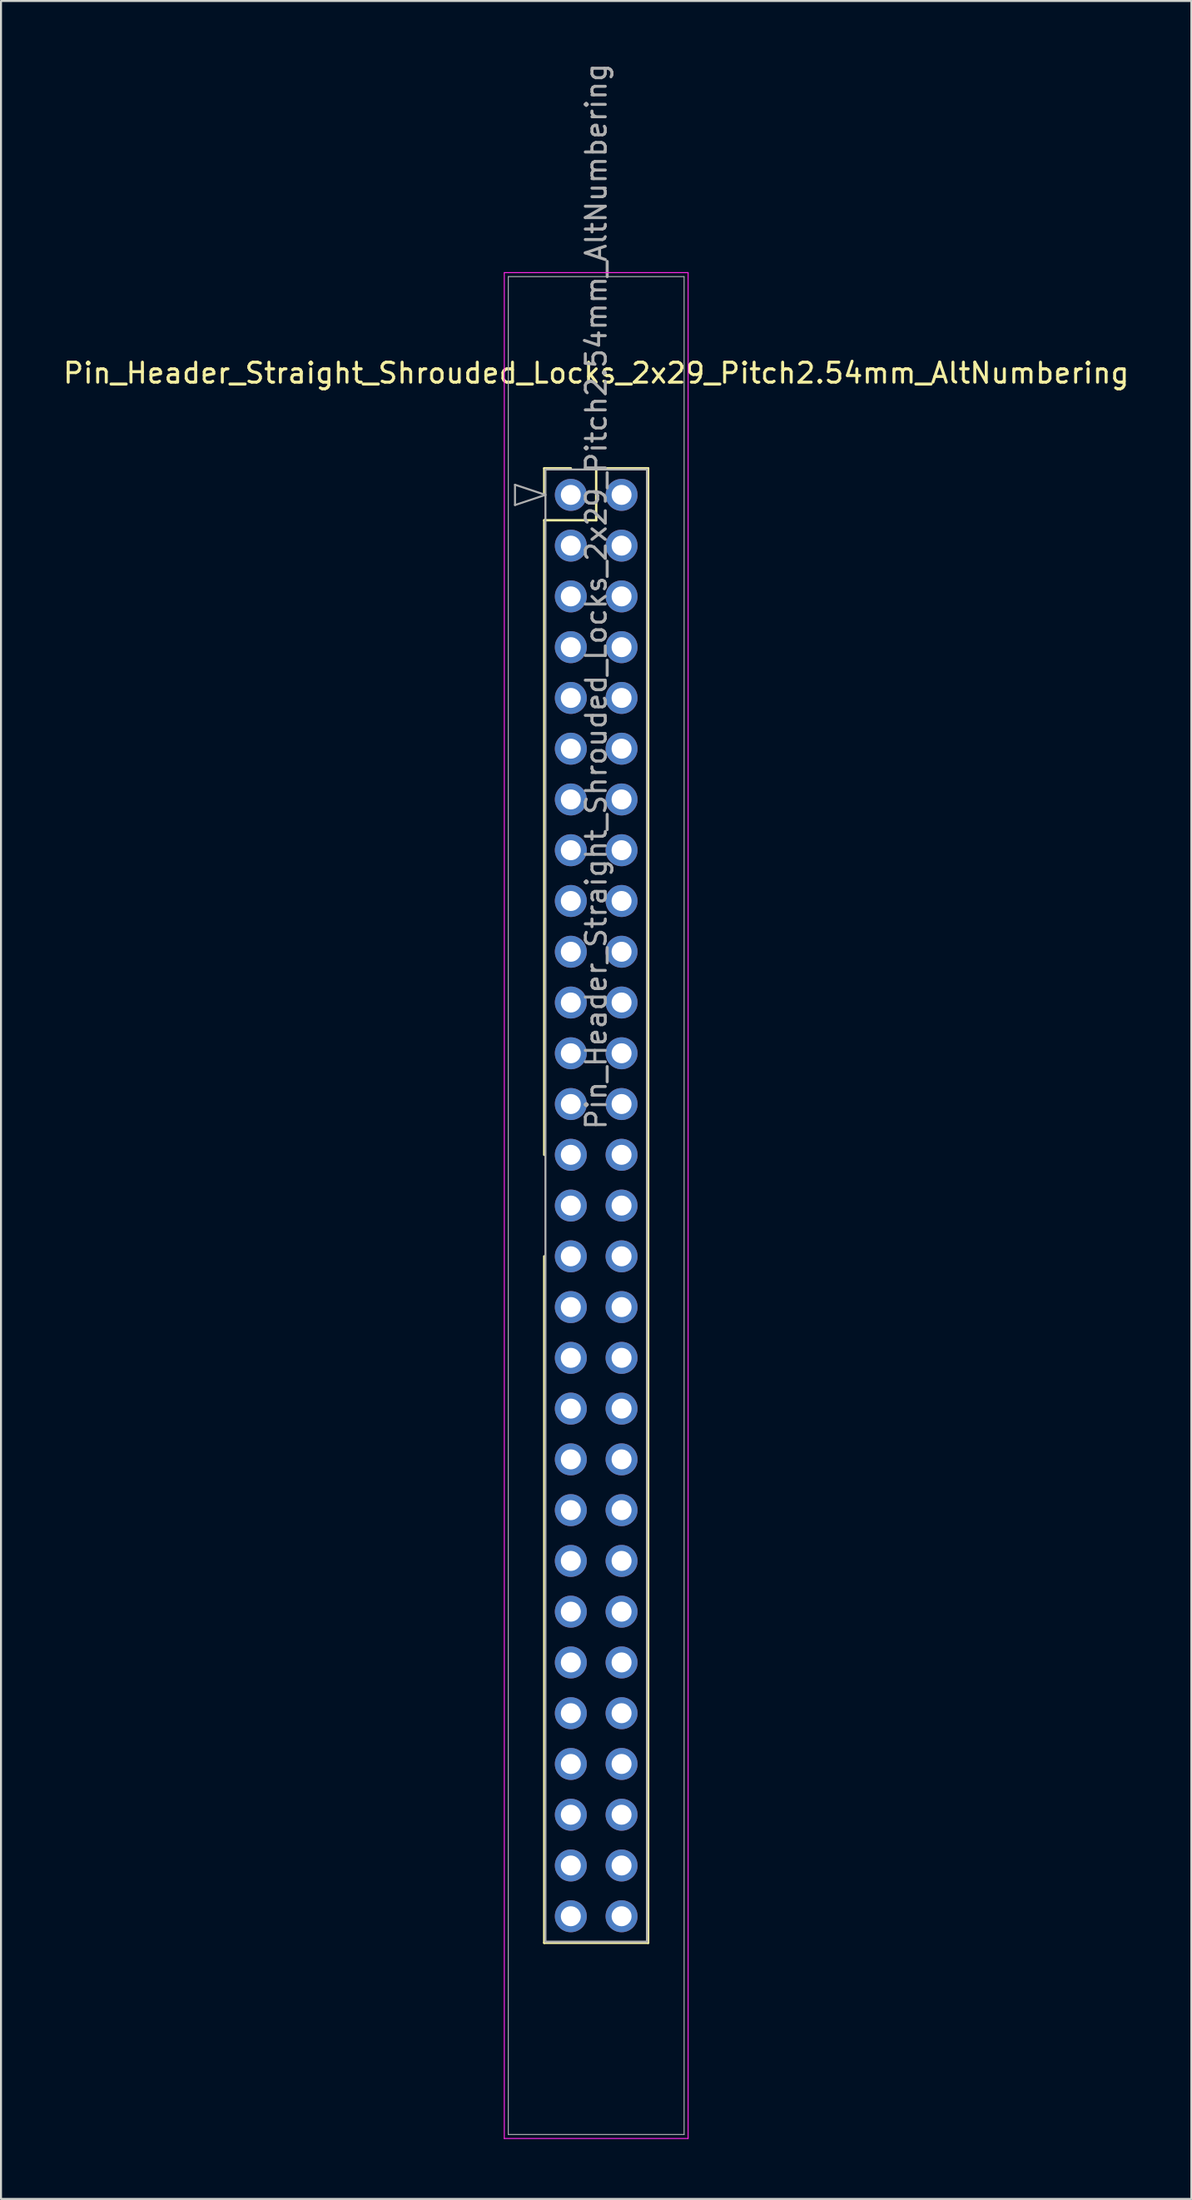
<source format=kicad_pcb>
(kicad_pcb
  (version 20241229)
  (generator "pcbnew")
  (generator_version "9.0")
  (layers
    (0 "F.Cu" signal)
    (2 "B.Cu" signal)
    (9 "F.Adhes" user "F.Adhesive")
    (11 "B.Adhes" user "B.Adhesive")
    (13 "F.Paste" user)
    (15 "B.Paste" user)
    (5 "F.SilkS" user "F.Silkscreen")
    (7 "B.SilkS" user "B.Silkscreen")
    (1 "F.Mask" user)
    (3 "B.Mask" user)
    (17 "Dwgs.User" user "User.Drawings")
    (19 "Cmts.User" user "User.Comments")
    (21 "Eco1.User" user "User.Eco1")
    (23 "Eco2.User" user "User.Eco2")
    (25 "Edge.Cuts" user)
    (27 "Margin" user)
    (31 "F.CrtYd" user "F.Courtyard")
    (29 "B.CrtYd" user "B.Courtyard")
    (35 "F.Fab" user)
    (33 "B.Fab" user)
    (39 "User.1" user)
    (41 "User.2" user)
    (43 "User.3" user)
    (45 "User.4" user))
  (footprint "Pin_Header_Straight_Shrouded_Locks_2x29_Pitch2.54mm_AltNumbering"
    (layer "F.Cu")
    (at 25.522 21.712)
    (property "Reference" "Pin_Header_Straight_Shrouded_Locks_2x29_Pitch2.54mm_AltNumbering" (at 1.27 -6.096 0) (layer "F.SilkS") (effects (font (size 1 1) (thickness 0.15))))
    (attr through_hole)
    (fp_line (start -1.33 -1.33) (end 0 -1.33) (stroke (width 0.12) (type solid)) (layer "F.SilkS"))
    (fp_line (start -1.33 0) (end -1.33 -1.33) (stroke (width 0.12) (type solid)) (layer "F.SilkS"))
    (fp_line (start -1.33 1.27) (end -1.33 33.02) (stroke (width 0.12) (type solid)) (layer "F.SilkS"))
    (fp_line (start -1.33 1.27) (end 1.27 1.27) (stroke (width 0.12) (type solid)) (layer "F.SilkS"))
    (fp_line (start -1.33 38.1) (end -1.33 72.45) (stroke (width 0.12) (type solid)) (layer "F.SilkS"))
    (fp_line (start -1.33 72.45) (end 3.87 72.45) (stroke (width 0.12) (type solid)) (layer "F.SilkS"))
    (fp_line (start 1.27 -1.33) (end 3.87 -1.33) (stroke (width 0.12) (type solid)) (layer "F.SilkS"))
    (fp_line (start 1.27 1.27) (end 1.27 -1.33) (stroke (width 0.12) (type solid)) (layer "F.SilkS"))
    (fp_line (start 3.87 -1.33) (end 3.87 72.45) (stroke (width 0.12) (type solid)) (layer "F.SilkS"))
    (fp_line (start -3.33 -11.12) (end -3.33 82.24) (stroke (width 0.05) (type solid)) (layer "F.CrtYd"))
    (fp_line (start -3.33 82.24) (end 5.87 82.24) (stroke (width 0.05) (type solid)) (layer "F.CrtYd"))
    (fp_line (start 5.87 -11.12) (end -3.33 -11.12) (stroke (width 0.05) (type solid)) (layer "F.CrtYd"))
    (fp_line (start 5.87 82.24) (end 5.87 -11.12) (stroke (width 0.05) (type solid)) (layer "F.CrtYd"))
    (fp_line (start -3.13 -10.92) (end -3.13 82.04) (stroke (width 0.05) (type solid)) (layer "F.Fab"))
    (fp_line (start -3.13 82.04) (end 5.67 82.04) (stroke (width 0.05) (type solid)) (layer "F.Fab"))
    (fp_line (start -2.794 -0.508) (end -1.27 0) (stroke (width 0.1) (type solid)) (layer "F.Fab"))
    (fp_line (start -2.794 0.508) (end -2.794 -0.508) (stroke (width 0.1) (type solid)) (layer "F.Fab"))
    (fp_line (start -1.27 -1.27) (end -1.27 72.39) (stroke (width 0.1) (type solid)) (layer "F.Fab"))
    (fp_line (start -1.27 0) (end -2.794 0.508) (stroke (width 0.1) (type solid)) (layer "F.Fab"))
    (fp_line (start -1.27 72.39) (end 3.81 72.39) (stroke (width 0.1) (type solid)) (layer "F.Fab"))
    (fp_line (start 3.81 -1.27) (end -1.27 -1.27) (stroke (width 0.1) (type solid)) (layer "F.Fab"))
    (fp_line (start 3.81 72.39) (end 3.81 -1.27) (stroke (width 0.1) (type solid)) (layer "F.Fab"))
    (fp_line (start 5.67 -10.92) (end -3.13 -10.92) (stroke (width 0.05) (type solid)) (layer "F.Fab"))
    (fp_line (start 5.67 82.04) (end 5.67 -10.92) (stroke (width 0.05) (type solid)) (layer "F.Fab"))
    (fp_text user "${REFERENCE}" (at 1.27 5.08 90) (layer "F.Fab") (effects (font (size 1 1) (thickness 0.15))))
    (pad "1" thru_hole oval (at 0 0) (size 1.6 1.6) (drill 1) (layers "*.Cu" "*.Mask"))
    (pad "2" thru_hole oval (at 0 2.54) (size 1.6 1.6) (drill 1) (layers "*.Cu" "*.Mask"))
    (pad "3" thru_hole oval (at 0 5.08) (size 1.6 1.6) (drill 1) (layers "*.Cu" "*.Mask"))
    (pad "4" thru_hole oval (at 0 7.62) (size 1.6 1.6) (drill 1) (layers "*.Cu" "*.Mask"))
    (pad "5" thru_hole oval (at 0 10.16) (size 1.6 1.6) (drill 1) (layers "*.Cu" "*.Mask"))
    (pad "6" thru_hole oval (at 0 12.7) (size 1.6 1.6) (drill 1) (layers "*.Cu" "*.Mask"))
    (pad "7" thru_hole oval (at 0 15.24) (size 1.6 1.6) (drill 1) (layers "*.Cu" "*.Mask"))
    (pad "8" thru_hole oval (at 0 17.78) (size 1.6 1.6) (drill 1) (layers "*.Cu" "*.Mask"))
    (pad "9" thru_hole oval (at 0 20.32) (size 1.6 1.6) (drill 1) (layers "*.Cu" "*.Mask"))
    (pad "10" thru_hole oval (at 0 22.86) (size 1.6 1.6) (drill 1) (layers "*.Cu" "*.Mask"))
    (pad "11" thru_hole oval (at 0 25.4) (size 1.6 1.6) (drill 1) (layers "*.Cu" "*.Mask"))
    (pad "12" thru_hole oval (at 0 27.94) (size 1.6 1.6) (drill 1) (layers "*.Cu" "*.Mask"))
    (pad "13" thru_hole oval (at 0 30.48) (size 1.6 1.6) (drill 1) (layers "*.Cu" "*.Mask"))
    (pad "14" thru_hole oval (at 0 33.02) (size 1.6 1.6) (drill 1) (layers "*.Cu" "*.Mask"))
    (pad "15" thru_hole oval (at 0 35.56) (size 1.6 1.6) (drill 1) (layers "*.Cu" "*.Mask"))
    (pad "16" thru_hole oval (at 0 38.1) (size 1.6 1.6) (drill 1) (layers "*.Cu" "*.Mask"))
    (pad "17" thru_hole oval (at 0 40.64) (size 1.6 1.6) (drill 1) (layers "*.Cu" "*.Mask"))
    (pad "18" thru_hole oval (at 0 43.18) (size 1.6 1.6) (drill 1) (layers "*.Cu" "*.Mask"))
    (pad "19" thru_hole oval (at 0 45.72) (size 1.6 1.6) (drill 1) (layers "*.Cu" "*.Mask"))
    (pad "20" thru_hole oval (at 0 48.26) (size 1.6 1.6) (drill 1) (layers "*.Cu" "*.Mask"))
    (pad "21" thru_hole oval (at 0 50.8) (size 1.6 1.6) (drill 1) (layers "*.Cu" "*.Mask"))
    (pad "22" thru_hole oval (at 0 53.34) (size 1.6 1.6) (drill 1) (layers "*.Cu" "*.Mask"))
    (pad "23" thru_hole oval (at 0 55.88) (size 1.6 1.6) (drill 1) (layers "*.Cu" "*.Mask"))
    (pad "24" thru_hole oval (at 0 58.42) (size 1.6 1.6) (drill 1) (layers "*.Cu" "*.Mask"))
    (pad "25" thru_hole oval (at 0 60.96) (size 1.6 1.6) (drill 1) (layers "*.Cu" "*.Mask"))
    (pad "26" thru_hole oval (at 0 63.5) (size 1.6 1.6) (drill 1) (layers "*.Cu" "*.Mask"))
    (pad "27" thru_hole oval (at 0 66.04) (size 1.6 1.6) (drill 1) (layers "*.Cu" "*.Mask"))
    (pad "28" thru_hole oval (at 0 68.58) (size 1.6 1.6) (drill 1) (layers "*.Cu" "*.Mask"))
    (pad "29" thru_hole oval (at 0 71.12) (size 1.6 1.6) (drill 1) (layers "*.Cu" "*.Mask"))
    (pad "30" thru_hole oval (at 2.54 0) (size 1.6 1.6) (drill 1) (layers "*.Cu" "*.Mask"))
    (pad "31" thru_hole oval (at 2.54 2.54) (size 1.6 1.6) (drill 1) (layers "*.Cu" "*.Mask"))
    (pad "32" thru_hole oval (at 2.54 5.08) (size 1.6 1.6) (drill 1) (layers "*.Cu" "*.Mask"))
    (pad "33" thru_hole oval (at 2.54 7.62) (size 1.6 1.6) (drill 1) (layers "*.Cu" "*.Mask"))
    (pad "34" thru_hole oval (at 2.54 10.16) (size 1.6 1.6) (drill 1) (layers "*.Cu" "*.Mask"))
    (pad "35" thru_hole oval (at 2.54 12.7) (size 1.6 1.6) (drill 1) (layers "*.Cu" "*.Mask"))
    (pad "36" thru_hole oval (at 2.54 15.24) (size 1.6 1.6) (drill 1) (layers "*.Cu" "*.Mask"))
    (pad "37" thru_hole oval (at 2.54 17.78) (size 1.6 1.6) (drill 1) (layers "*.Cu" "*.Mask"))
    (pad "38" thru_hole oval (at 2.54 20.32) (size 1.6 1.6) (drill 1) (layers "*.Cu" "*.Mask"))
    (pad "39" thru_hole oval (at 2.54 22.86) (size 1.6 1.6) (drill 1) (layers "*.Cu" "*.Mask"))
    (pad "40" thru_hole oval (at 2.54 25.4) (size 1.6 1.6) (drill 1) (layers "*.Cu" "*.Mask"))
    (pad "41" thru_hole oval (at 2.54 27.94) (size 1.6 1.6) (drill 1) (layers "*.Cu" "*.Mask"))
    (pad "42" thru_hole oval (at 2.54 30.48) (size 1.6 1.6) (drill 1) (layers "*.Cu" "*.Mask"))
    (pad "43" thru_hole oval (at 2.54 33.02) (size 1.6 1.6) (drill 1) (layers "*.Cu" "*.Mask"))
    (pad "44" thru_hole oval (at 2.54 35.56) (size 1.6 1.6) (drill 1) (layers "*.Cu" "*.Mask"))
    (pad "45" thru_hole oval (at 2.54 38.1) (size 1.6 1.6) (drill 1) (layers "*.Cu" "*.Mask"))
    (pad "46" thru_hole oval (at 2.54 40.64) (size 1.6 1.6) (drill 1) (layers "*.Cu" "*.Mask"))
    (pad "47" thru_hole oval (at 2.54 43.18) (size 1.6 1.6) (drill 1) (layers "*.Cu" "*.Mask"))
    (pad "48" thru_hole oval (at 2.54 45.72) (size 1.6 1.6) (drill 1) (layers "*.Cu" "*.Mask"))
    (pad "49" thru_hole oval (at 2.54 48.26) (size 1.6 1.6) (drill 1) (layers "*.Cu" "*.Mask"))
    (pad "50" thru_hole oval (at 2.54 50.8) (size 1.6 1.6) (drill 1) (layers "*.Cu" "*.Mask"))
    (pad "51" thru_hole oval (at 2.54 53.34) (size 1.6 1.6) (drill 1) (layers "*.Cu" "*.Mask"))
    (pad "52" thru_hole oval (at 2.54 55.88) (size 1.6 1.6) (drill 1) (layers "*.Cu" "*.Mask"))
    (pad "53" thru_hole oval (at 2.54 58.42) (size 1.6 1.6) (drill 1) (layers "*.Cu" "*.Mask"))
    (pad "54" thru_hole oval (at 2.54 60.96) (size 1.6 1.6) (drill 1) (layers "*.Cu" "*.Mask"))
    (pad "55" thru_hole oval (at 2.54 63.5) (size 1.6 1.6) (drill 1) (layers "*.Cu" "*.Mask"))
    (pad "56" thru_hole oval (at 2.54 66.04) (size 1.6 1.6) (drill 1) (layers "*.Cu" "*.Mask"))
    (pad "57" thru_hole oval (at 2.54 68.58) (size 1.6 1.6) (drill 1) (layers "*.Cu" "*.Mask"))
    (pad "58" thru_hole oval (at 2.54 71.12) (size 1.6 1.6) (drill 1) (layers "*.Cu" "*.Mask")))
  (gr_rect
    (start -3 -3)
    (end 56.583 106.977)
    (stroke (width 0.1) (type default))
    (fill no)
    (layer "Edge.Cuts")))
</source>
